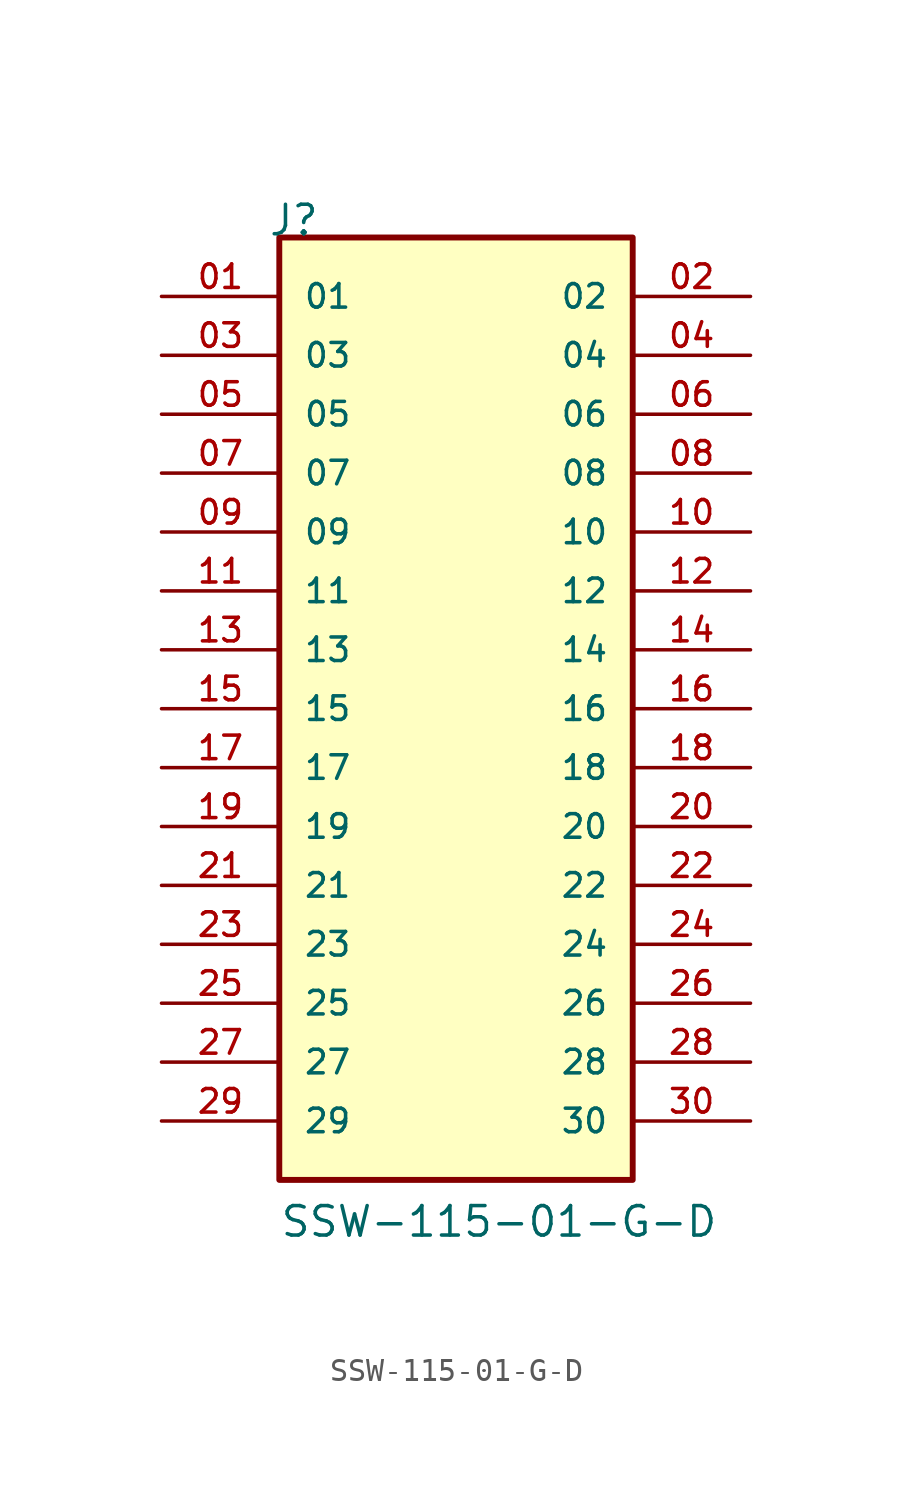
<source format=kicad_sym>
(kicad_symbol_lib
  (version 20211014)
  (generator kicad_symbol_editor)
  (symbol "SSW-115-01-G-D"
    (pin_names
      (offset 1.016))
    (property "Reference" "J"
      (at -8.12 20.32 0)
      (effects (font (size 1.27 1.27)) (justify bottom left)))
    (property "Value" "SSW-115-01-G-D"
      (at -7.62 -22.86 0)
      (effects (font (size 1.27 1.27)) (justify bottom left)))
    (symbol "SSW-115-01-G-D_0_0"
      (rectangle (start -7.62 -20.32) (end 7.62 20.32) (stroke (width 0.254)) (fill (type background)))
      (pin passive line (at -12.7 17.78 0) (length 5.08) (name "01" (effects (font (size 1.016 1.016)))) (number "01" (effects (font (size 1.016 1.016)))))
      (pin passive line (at 12.7 17.78 180.0) (length 5.08) (name "02" (effects (font (size 1.016 1.016)))) (number "02" (effects (font (size 1.016 1.016)))))
      (pin passive line (at -12.7 15.24 0) (length 5.08) (name "03" (effects (font (size 1.016 1.016)))) (number "03" (effects (font (size 1.016 1.016)))))
      (pin passive line (at 12.7 15.24 180.0) (length 5.08) (name "04" (effects (font (size 1.016 1.016)))) (number "04" (effects (font (size 1.016 1.016)))))
      (pin passive line (at -12.7 12.7 0) (length 5.08) (name "05" (effects (font (size 1.016 1.016)))) (number "05" (effects (font (size 1.016 1.016)))))
      (pin passive line (at 12.7 12.7 180.0) (length 5.08) (name "06" (effects (font (size 1.016 1.016)))) (number "06" (effects (font (size 1.016 1.016)))))
      (pin passive line (at -12.7 10.16 0) (length 5.08) (name "07" (effects (font (size 1.016 1.016)))) (number "07" (effects (font (size 1.016 1.016)))))
      (pin passive line (at 12.7 10.16 180.0) (length 5.08) (name "08" (effects (font (size 1.016 1.016)))) (number "08" (effects (font (size 1.016 1.016)))))
      (pin passive line (at -12.7 7.62 0) (length 5.08) (name "09" (effects (font (size 1.016 1.016)))) (number "09" (effects (font (size 1.016 1.016)))))
      (pin passive line (at 12.7 7.62 180.0) (length 5.08) (name "10" (effects (font (size 1.016 1.016)))) (number "10" (effects (font (size 1.016 1.016)))))
      (pin passive line (at -12.7 5.08 0) (length 5.08) (name "11" (effects (font (size 1.016 1.016)))) (number "11" (effects (font (size 1.016 1.016)))))
      (pin passive line (at 12.7 5.08 180.0) (length 5.08) (name "12" (effects (font (size 1.016 1.016)))) (number "12" (effects (font (size 1.016 1.016)))))
      (pin passive line (at -12.7 2.54 0) (length 5.08) (name "13" (effects (font (size 1.016 1.016)))) (number "13" (effects (font (size 1.016 1.016)))))
      (pin passive line (at 12.7 2.54 180.0) (length 5.08) (name "14" (effects (font (size 1.016 1.016)))) (number "14" (effects (font (size 1.016 1.016)))))
      (pin passive line (at -12.7 0.0 0) (length 5.08) (name "15" (effects (font (size 1.016 1.016)))) (number "15" (effects (font (size 1.016 1.016)))))
      (pin passive line (at 12.7 0.0 180.0) (length 5.08) (name "16" (effects (font (size 1.016 1.016)))) (number "16" (effects (font (size 1.016 1.016)))))
      (pin passive line (at -12.7 -2.54 0) (length 5.08) (name "17" (effects (font (size 1.016 1.016)))) (number "17" (effects (font (size 1.016 1.016)))))
      (pin passive line (at 12.7 -2.54 180.0) (length 5.08) (name "18" (effects (font (size 1.016 1.016)))) (number "18" (effects (font (size 1.016 1.016)))))
      (pin passive line (at -12.7 -5.08 0) (length 5.08) (name "19" (effects (font (size 1.016 1.016)))) (number "19" (effects (font (size 1.016 1.016)))))
      (pin passive line (at 12.7 -5.08 180.0) (length 5.08) (name "20" (effects (font (size 1.016 1.016)))) (number "20" (effects (font (size 1.016 1.016)))))
      (pin passive line (at -12.7 -7.62 0) (length 5.08) (name "21" (effects (font (size 1.016 1.016)))) (number "21" (effects (font (size 1.016 1.016)))))
      (pin passive line (at 12.7 -7.62 180.0) (length 5.08) (name "22" (effects (font (size 1.016 1.016)))) (number "22" (effects (font (size 1.016 1.016)))))
      (pin passive line (at -12.7 -10.16 0) (length 5.08) (name "23" (effects (font (size 1.016 1.016)))) (number "23" (effects (font (size 1.016 1.016)))))
      (pin passive line (at 12.7 -10.16 180.0) (length 5.08) (name "24" (effects (font (size 1.016 1.016)))) (number "24" (effects (font (size 1.016 1.016)))))
      (pin passive line (at -12.7 -12.7 0) (length 5.08) (name "25" (effects (font (size 1.016 1.016)))) (number "25" (effects (font (size 1.016 1.016)))))
      (pin passive line (at 12.7 -12.7 180.0) (length 5.08) (name "26" (effects (font (size 1.016 1.016)))) (number "26" (effects (font (size 1.016 1.016)))))
      (pin passive line (at -12.7 -15.24 0) (length 5.08) (name "27" (effects (font (size 1.016 1.016)))) (number "27" (effects (font (size 1.016 1.016)))))
      (pin passive line (at 12.7 -15.24 180.0) (length 5.08) (name "28" (effects (font (size 1.016 1.016)))) (number "28" (effects (font (size 1.016 1.016)))))
      (pin passive line (at -12.7 -17.78 0) (length 5.08) (name "29" (effects (font (size 1.016 1.016)))) (number "29" (effects (font (size 1.016 1.016)))))
      (pin passive line (at 12.7 -17.78 180.0) (length 5.08) (name "30" (effects (font (size 1.016 1.016)))) (number "30" (effects (font (size 1.016 1.016))))))))
</source>
